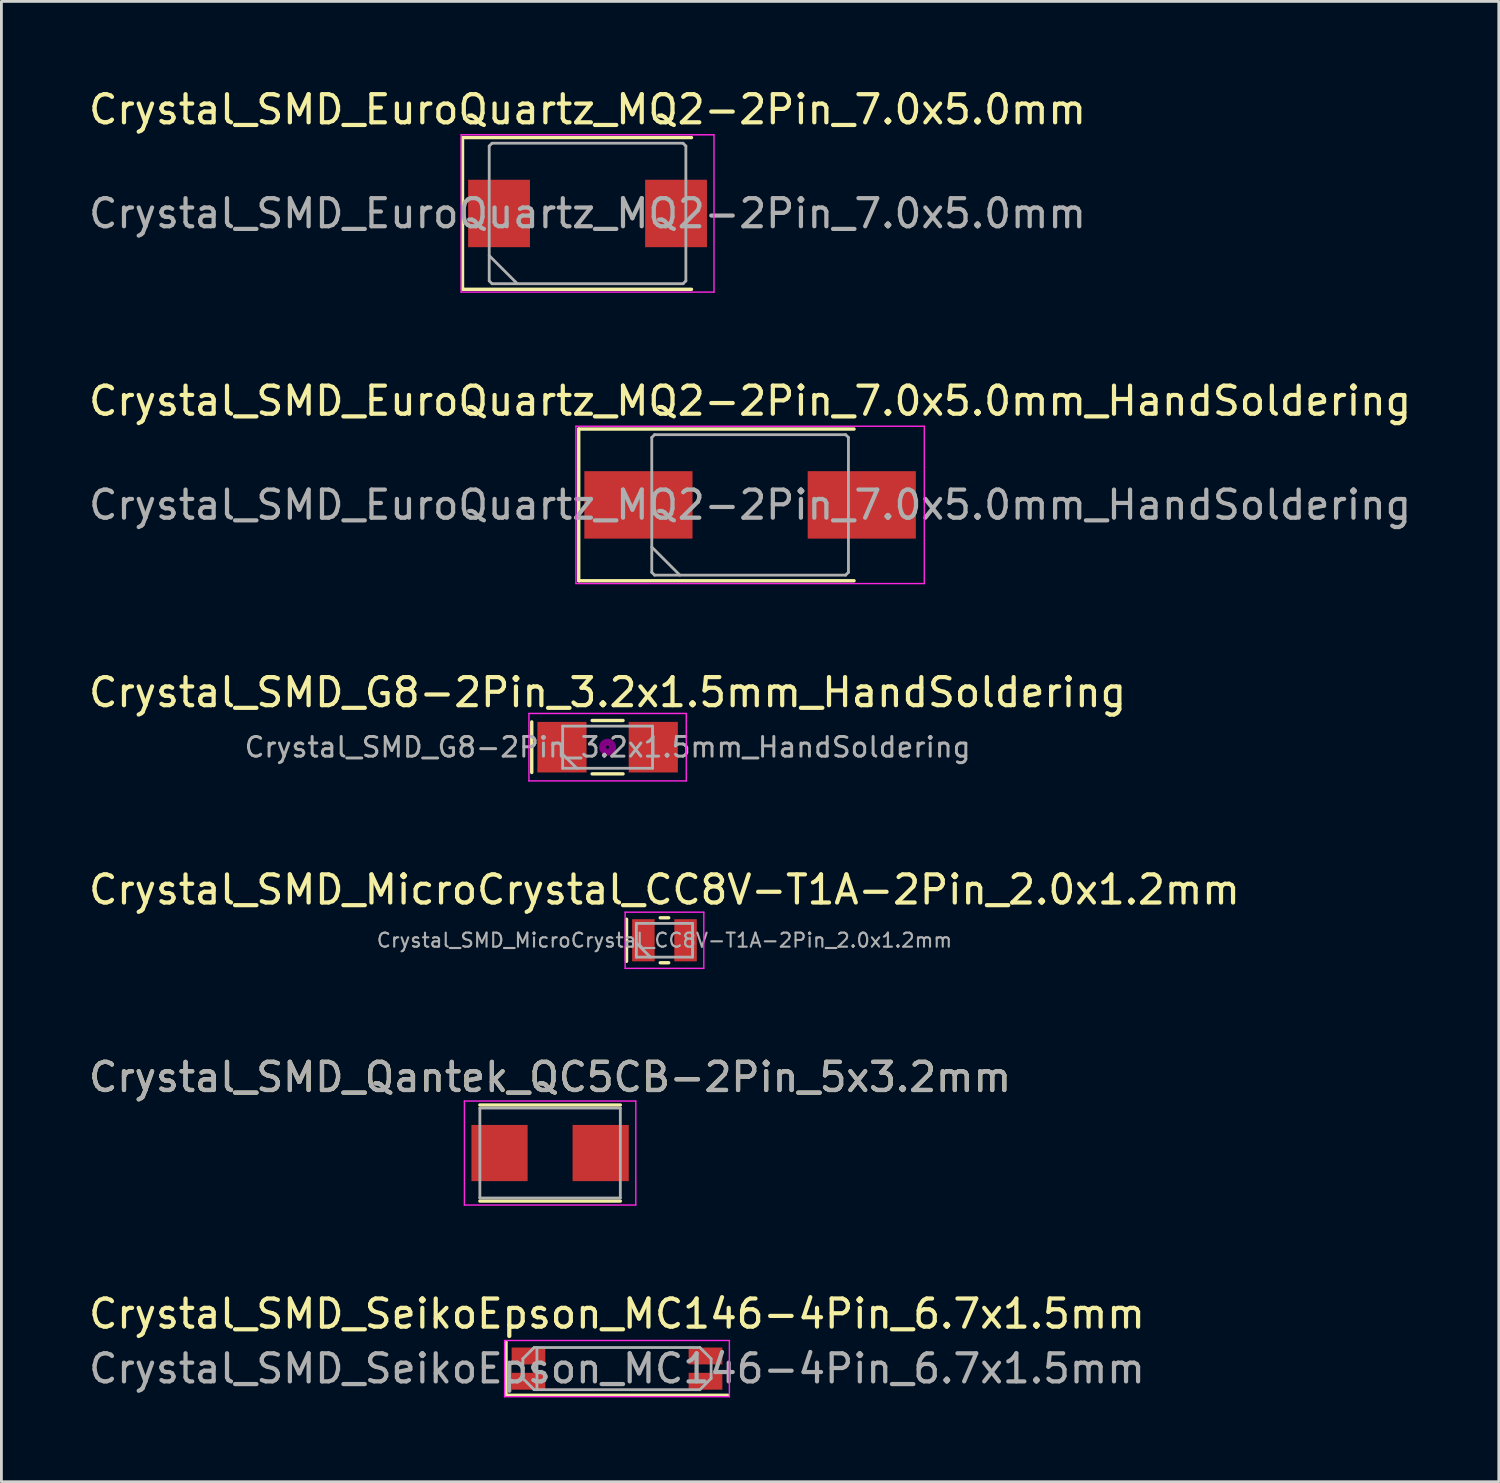
<source format=kicad_pcb>
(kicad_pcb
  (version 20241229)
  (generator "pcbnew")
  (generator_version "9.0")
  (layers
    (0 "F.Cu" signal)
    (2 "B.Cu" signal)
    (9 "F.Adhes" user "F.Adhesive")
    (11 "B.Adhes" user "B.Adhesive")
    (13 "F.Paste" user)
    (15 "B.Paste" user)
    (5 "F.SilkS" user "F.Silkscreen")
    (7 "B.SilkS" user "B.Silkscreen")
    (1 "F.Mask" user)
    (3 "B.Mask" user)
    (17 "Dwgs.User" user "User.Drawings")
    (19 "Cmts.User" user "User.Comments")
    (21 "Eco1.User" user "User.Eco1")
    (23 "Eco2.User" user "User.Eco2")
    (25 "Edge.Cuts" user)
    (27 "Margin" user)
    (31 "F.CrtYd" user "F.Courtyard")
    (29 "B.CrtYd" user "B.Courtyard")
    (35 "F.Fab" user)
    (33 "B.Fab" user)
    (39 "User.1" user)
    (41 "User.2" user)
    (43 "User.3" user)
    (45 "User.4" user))
  (footprint "Crystal_SMD_Qantek_QC5CB-2Pin_5x3.2mm"
    (layer "F.Cu")
    (at 16.53 37.991)
    (property "Reference" "Crystal_SMD_Qantek_QC5CB-2Pin_5x3.2mm" (at 0 -2.7 0) (layer "F.SilkS") (effects (font (size 1 1) (thickness 0.15))))
    (attr smd)
    (fp_line (start -2.5 -1.71) (end 2.5 -1.71) (stroke (width 0.12) (type solid)) (layer "F.SilkS"))
    (fp_line (start -2.5 1.71) (end 2.5 1.71) (stroke (width 0.12) (type solid)) (layer "F.SilkS"))
    (fp_line (start -3.05 -1.85) (end -3.05 1.85) (stroke (width 0.05) (type solid)) (layer "F.CrtYd"))
    (fp_line (start -3.05 -1.85) (end 3.05 -1.85) (stroke (width 0.05) (type solid)) (layer "F.CrtYd"))
    (fp_line (start -3.05 1.85) (end 3.05 1.85) (stroke (width 0.05) (type solid)) (layer "F.CrtYd"))
    (fp_line (start 3.05 -1.85) (end 3.05 1.85) (stroke (width 0.05) (type solid)) (layer "F.CrtYd"))
    (fp_line (start -2.5 -1.6) (end -2.5 1.6) (stroke (width 0.1) (type solid)) (layer "F.Fab"))
    (fp_line (start -2.5 -1.6) (end 2.5 -1.6) (stroke (width 0.1) (type solid)) (layer "F.Fab"))
    (fp_line (start -2.5 1.6) (end 2.5 1.6) (stroke (width 0.1) (type solid)) (layer "F.Fab"))
    (fp_line (start 2.5 -1.6) (end 2.5 1.6) (stroke (width 0.1) (type solid)) (layer "F.Fab"))
    (fp_text user "${REFERENCE}" (at 0 -2.7 0) (layer "F.Fab") (effects (font (size 1 1) (thickness 0.15))))
    (pad "1" smd rect (at -1.8 0) (size 2 2) (layers "F.Cu" "F.Mask" "F.Paste"))
    (pad "2" smd rect (at 1.8 0) (size 2 2) (layers "F.Cu" "F.Mask" "F.Paste")))
  (footprint "Crystal_SMD_EuroQuartz_MQ2-2Pin_7.0x5.0mm_HandSoldering"
    (layer "F.Cu")
    (at 23.649 14.921)
    (property "Reference" "Crystal_SMD_EuroQuartz_MQ2-2Pin_7.0x5.0mm_HandSoldering" (at 0 -3.7 0) (layer "F.SilkS") (effects (font (size 1 1) (thickness 0.15))))
    (attr smd)
    (fp_line (start -6.1 -2.7) (end -6.1 2.7) (stroke (width 0.12) (type solid)) (layer "F.SilkS"))
    (fp_line (start -6.1 2.7) (end 3.7 2.7) (stroke (width 0.12) (type solid)) (layer "F.SilkS"))
    (fp_line (start 3.7 -2.7) (end -6.1 -2.7) (stroke (width 0.12) (type solid)) (layer "F.SilkS"))
    (fp_line (start -6.2 -2.8) (end -6.2 2.8) (stroke (width 0.05) (type solid)) (layer "F.CrtYd"))
    (fp_line (start -6.2 2.8) (end 6.2 2.8) (stroke (width 0.05) (type solid)) (layer "F.CrtYd"))
    (fp_line (start 6.2 -2.8) (end -6.2 -2.8) (stroke (width 0.05) (type solid)) (layer "F.CrtYd"))
    (fp_line (start 6.2 2.8) (end 6.2 -2.8) (stroke (width 0.05) (type solid)) (layer "F.CrtYd"))
    (fp_line (start -3.5 -2.4) (end -3.4 -2.5) (stroke (width 0.1) (type solid)) (layer "F.Fab"))
    (fp_line (start -3.5 1.5) (end -2.5 2.5) (stroke (width 0.1) (type solid)) (layer "F.Fab"))
    (fp_line (start -3.5 2.4) (end -3.5 -2.4) (stroke (width 0.1) (type solid)) (layer "F.Fab"))
    (fp_line (start -3.4 -2.5) (end 3.4 -2.5) (stroke (width 0.1) (type solid)) (layer "F.Fab"))
    (fp_line (start -3.4 2.5) (end -3.5 2.4) (stroke (width 0.1) (type solid)) (layer "F.Fab"))
    (fp_line (start 3.4 -2.5) (end 3.5 -2.4) (stroke (width 0.1) (type solid)) (layer "F.Fab"))
    (fp_line (start 3.4 2.5) (end -3.4 2.5) (stroke (width 0.1) (type solid)) (layer "F.Fab"))
    (fp_line (start 3.5 -2.4) (end 3.5 2.4) (stroke (width 0.1) (type solid)) (layer "F.Fab"))
    (fp_line (start 3.5 2.4) (end 3.4 2.5) (stroke (width 0.1) (type solid)) (layer "F.Fab"))
    (fp_text user "${REFERENCE}" (at 0 0 0) (layer "F.Fab") (effects (font (size 1 1) (thickness 0.15))))
    (pad "1" smd rect (at -3.975 0) (size 3.85 2.4) (layers "F.Cu" "F.Mask" "F.Paste"))
    (pad "2" smd rect (at 3.975 0) (size 3.85 2.4) (layers "F.Cu" "F.Mask" "F.Paste")))
  (footprint "Crystal_SMD_MicroCrystal_CC8V-T1A-2Pin_2.0x1.2mm"
    (layer "F.Cu")
    (at 20.601 30.418)
    (property "Reference" "Crystal_SMD_MicroCrystal_CC8V-T1A-2Pin_2.0x1.2mm" (at 0 -1.8 0) (layer "F.SilkS") (effects (font (size 1 1) (thickness 0.15))))
    (attr smd)
    (fp_line (start -1.35 -0.75) (end -1.35 0.75) (stroke (width 0.12) (type solid)) (layer "F.SilkS"))
    (fp_line (start -0.15 -0.8) (end 0.15 -0.8) (stroke (width 0.12) (type solid)) (layer "F.SilkS"))
    (fp_line (start -0.15 0.8) (end 0.15 0.8) (stroke (width 0.12) (type solid)) (layer "F.SilkS"))
    (fp_line (start -1.4 -1) (end -1.4 1) (stroke (width 0.05) (type solid)) (layer "F.CrtYd"))
    (fp_line (start -1.4 1) (end 1.4 1) (stroke (width 0.05) (type solid)) (layer "F.CrtYd"))
    (fp_line (start 1.4 -1) (end -1.4 -1) (stroke (width 0.05) (type solid)) (layer "F.CrtYd"))
    (fp_line (start 1.4 1) (end 1.4 -1) (stroke (width 0.05) (type solid)) (layer "F.CrtYd"))
    (fp_line (start -1 -0.6) (end -1 0.6) (stroke (width 0.1) (type solid)) (layer "F.Fab"))
    (fp_line (start -1 0.1) (end -0.5 0.6) (stroke (width 0.1) (type solid)) (layer "F.Fab"))
    (fp_line (start -1 0.6) (end 1 0.6) (stroke (width 0.1) (type solid)) (layer "F.Fab"))
    (fp_line (start 1 -0.6) (end -1 -0.6) (stroke (width 0.1) (type solid)) (layer "F.Fab"))
    (fp_line (start 1 0.6) (end 1 -0.6) (stroke (width 0.1) (type solid)) (layer "F.Fab"))
    (fp_text user "${REFERENCE}" (at 0 0 0) (layer "F.Fab") (effects (font (size 0.5 0.5) (thickness 0.075))))
    (pad "1" smd rect (at -0.75 0) (size 0.8 1.5) (layers "F.Cu" "F.Mask" "F.Paste"))
    (pad "2" smd rect (at 0.75 0) (size 0.8 1.5) (layers "F.Cu" "F.Mask" "F.Paste")))
  (footprint "Crystal_SMD_G8-2Pin_3.2x1.5mm_HandSoldering"
    (layer "F.Cu")
    (at 18.577 23.545)
    (property "Reference" "Crystal_SMD_G8-2Pin_3.2x1.5mm_HandSoldering" (at 0 -1.95 0) (layer "F.SilkS") (effects (font (size 1 1) (thickness 0.15))))
    (attr smd)
    (fp_line (start -2.7 -0.9) (end -2.7 0.9) (stroke (width 0.12) (type solid)) (layer "F.SilkS"))
    (fp_line (start -0.55 -0.95) (end 0.55 -0.95) (stroke (width 0.12) (type solid)) (layer "F.SilkS"))
    (fp_line (start -0.55 0.95) (end 0.55 0.95) (stroke (width 0.12) (type solid)) (layer "F.SilkS"))
    (fp_circle (center 0 0) (end 0.058 0) (stroke (width 0.117) (type solid)) (fill no) (layer "F.Adhes"))
    (fp_circle (center 0 0) (end 0.133 0) (stroke (width 0.083) (type solid)) (fill no) (layer "F.Adhes"))
    (fp_circle (center 0 0) (end 0.208 0) (stroke (width 0.083) (type solid)) (fill no) (layer "F.Adhes"))
    (fp_circle (center 0 0) (end 0.25 0) (stroke (width 0.1) (type solid)) (fill no) (layer "F.Adhes"))
    (fp_line (start -2.8 -1.2) (end -2.8 1.2) (stroke (width 0.05) (type solid)) (layer "F.CrtYd"))
    (fp_line (start -2.8 1.2) (end 2.8 1.2) (stroke (width 0.05) (type solid)) (layer "F.CrtYd"))
    (fp_line (start 2.8 -1.2) (end -2.8 -1.2) (stroke (width 0.05) (type solid)) (layer "F.CrtYd"))
    (fp_line (start 2.8 1.2) (end 2.8 -1.2) (stroke (width 0.05) (type solid)) (layer "F.CrtYd"))
    (fp_line (start -1.6 -0.75) (end -1.6 0.75) (stroke (width 0.1) (type solid)) (layer "F.Fab"))
    (fp_line (start -1.6 0.25) (end -1.1 0.75) (stroke (width 0.1) (type solid)) (layer "F.Fab"))
    (fp_line (start -1.6 0.75) (end 1.6 0.75) (stroke (width 0.1) (type solid)) (layer "F.Fab"))
    (fp_line (start 1.6 -0.75) (end -1.6 -0.75) (stroke (width 0.1) (type solid)) (layer "F.Fab"))
    (fp_line (start 1.6 0.75) (end 1.6 -0.75) (stroke (width 0.1) (type solid)) (layer "F.Fab"))
    (fp_text user "${REFERENCE}" (at 0 0 0) (layer "F.Fab") (effects (font (size 0.7 0.7) (thickness 0.105))))
    (pad "1" smd rect (at -1.625 0) (size 1.75 1.8) (layers "F.Cu" "F.Mask" "F.Paste"))
    (pad "2" smd rect (at 1.625 0) (size 1.75 1.8) (layers "F.Cu" "F.Mask" "F.Paste")))
  (footprint "Crystal_SMD_EuroQuartz_MQ2-2Pin_7.0x5.0mm"
    (layer "F.Cu")
    (at 17.863 4.548)
    (property "Reference" "Crystal_SMD_EuroQuartz_MQ2-2Pin_7.0x5.0mm" (at 0 -3.7 0) (layer "F.SilkS") (effects (font (size 1 1) (thickness 0.15))))
    (attr smd)
    (fp_line (start -4.45 -2.7) (end -4.45 2.7) (stroke (width 0.12) (type solid)) (layer "F.SilkS"))
    (fp_line (start -4.45 2.7) (end 3.7 2.7) (stroke (width 0.12) (type solid)) (layer "F.SilkS"))
    (fp_line (start 3.7 -2.7) (end -4.45 -2.7) (stroke (width 0.12) (type solid)) (layer "F.SilkS"))
    (fp_line (start -4.5 -2.8) (end -4.5 2.8) (stroke (width 0.05) (type solid)) (layer "F.CrtYd"))
    (fp_line (start -4.5 2.8) (end 4.5 2.8) (stroke (width 0.05) (type solid)) (layer "F.CrtYd"))
    (fp_line (start 4.5 -2.8) (end -4.5 -2.8) (stroke (width 0.05) (type solid)) (layer "F.CrtYd"))
    (fp_line (start 4.5 2.8) (end 4.5 -2.8) (stroke (width 0.05) (type solid)) (layer "F.CrtYd"))
    (fp_line (start -3.5 -2.4) (end -3.4 -2.5) (stroke (width 0.1) (type solid)) (layer "F.Fab"))
    (fp_line (start -3.5 1.5) (end -2.5 2.5) (stroke (width 0.1) (type solid)) (layer "F.Fab"))
    (fp_line (start -3.5 2.4) (end -3.5 -2.4) (stroke (width 0.1) (type solid)) (layer "F.Fab"))
    (fp_line (start -3.4 -2.5) (end 3.4 -2.5) (stroke (width 0.1) (type solid)) (layer "F.Fab"))
    (fp_line (start -3.4 2.5) (end -3.5 2.4) (stroke (width 0.1) (type solid)) (layer "F.Fab"))
    (fp_line (start 3.4 -2.5) (end 3.5 -2.4) (stroke (width 0.1) (type solid)) (layer "F.Fab"))
    (fp_line (start 3.4 2.5) (end -3.4 2.5) (stroke (width 0.1) (type solid)) (layer "F.Fab"))
    (fp_line (start 3.5 -2.4) (end 3.5 2.4) (stroke (width 0.1) (type solid)) (layer "F.Fab"))
    (fp_line (start 3.5 2.4) (end 3.4 2.5) (stroke (width 0.1) (type solid)) (layer "F.Fab"))
    (fp_text user "${REFERENCE}" (at 0 0 0) (layer "F.Fab") (effects (font (size 1 1) (thickness 0.15))))
    (pad "1" smd rect (at -3.15 0) (size 2.2 2.4) (layers "F.Cu" "F.Mask" "F.Paste"))
    (pad "2" smd rect (at 3.15 0) (size 2.2 2.4) (layers "F.Cu" "F.Mask" "F.Paste")))
  (footprint "Crystal_SMD_SeikoEpson_MC146-4Pin_6.7x1.5mm"
    (layer "F.Cu")
    (at 18.911 45.664)
    (property "Reference" "Crystal_SMD_SeikoEpson_MC146-4Pin_6.7x1.5mm" (at 0 -1.95 0) (layer "F.SilkS") (effects (font (size 1 1) (thickness 0.15))))
    (attr smd)
    (fp_line (start -3.95 -0.95) (end -3.95 0.95) (stroke (width 0.12) (type solid)) (layer "F.SilkS"))
    (fp_line (start -3.95 0.95) (end 3.95 0.95) (stroke (width 0.12) (type solid)) (layer "F.SilkS"))
    (fp_line (start -4 -1) (end -4 1) (stroke (width 0.05) (type solid)) (layer "F.CrtYd"))
    (fp_line (start -4 1) (end 4 1) (stroke (width 0.05) (type solid)) (layer "F.CrtYd"))
    (fp_line (start 4 -1) (end -4 -1) (stroke (width 0.05) (type solid)) (layer "F.CrtYd"))
    (fp_line (start 4 1) (end 4 -1) (stroke (width 0.05) (type solid)) (layer "F.CrtYd"))
    (fp_line (start -3.35 -0.35) (end -2.95 -0.75) (stroke (width 0.1) (type solid)) (layer "F.Fab"))
    (fp_line (start -3.35 0.35) (end -3.35 -0.35) (stroke (width 0.1) (type solid)) (layer "F.Fab"))
    (fp_line (start -2.95 -0.75) (end 2.95 -0.75) (stroke (width 0.1) (type solid)) (layer "F.Fab"))
    (fp_line (start -2.95 0.75) (end -3.35 0.35) (stroke (width 0.1) (type solid)) (layer "F.Fab"))
    (fp_line (start -2.85 -0.75) (end -2.85 0.75) (stroke (width 0.1) (type solid)) (layer "F.Fab"))
    (fp_line (start 2.95 -0.75) (end 3.35 -0.35) (stroke (width 0.1) (type solid)) (layer "F.Fab"))
    (fp_line (start 2.95 0.75) (end -2.95 0.75) (stroke (width 0.1) (type solid)) (layer "F.Fab"))
    (fp_line (start 3.35 -0.35) (end 3.35 0.35) (stroke (width 0.1) (type solid)) (layer "F.Fab"))
    (fp_line (start 3.35 0.35) (end 2.95 0.75) (stroke (width 0.1) (type solid)) (layer "F.Fab"))
    (fp_text user "${REFERENCE}" (at 0 0 0) (layer "F.Fab") (effects (font (size 1 1) (thickness 0.15))))
    (pad "1" smd rect (at -3.15 0.45) (size 1.2 0.6) (layers "F.Cu" "F.Mask" "F.Paste"))
    (pad "2" smd rect (at 3.15 0.45) (size 1.2 0.6) (layers "F.Cu" "F.Mask" "F.Paste"))
    (pad "3" smd rect (at 3.15 -0.45) (size 1.2 0.6) (layers "F.Cu" "F.Mask" "F.Paste"))
    (pad "4" smd rect (at -3.15 -0.45) (size 1.2 0.6) (layers "F.Cu" "F.Mask" "F.Paste")))
  (gr_rect
    (start -3 -3)
    (end 50.298 49.69)
    (stroke (width 0.1) (type default))
    (fill no)
    (layer "Edge.Cuts")))
</source>
